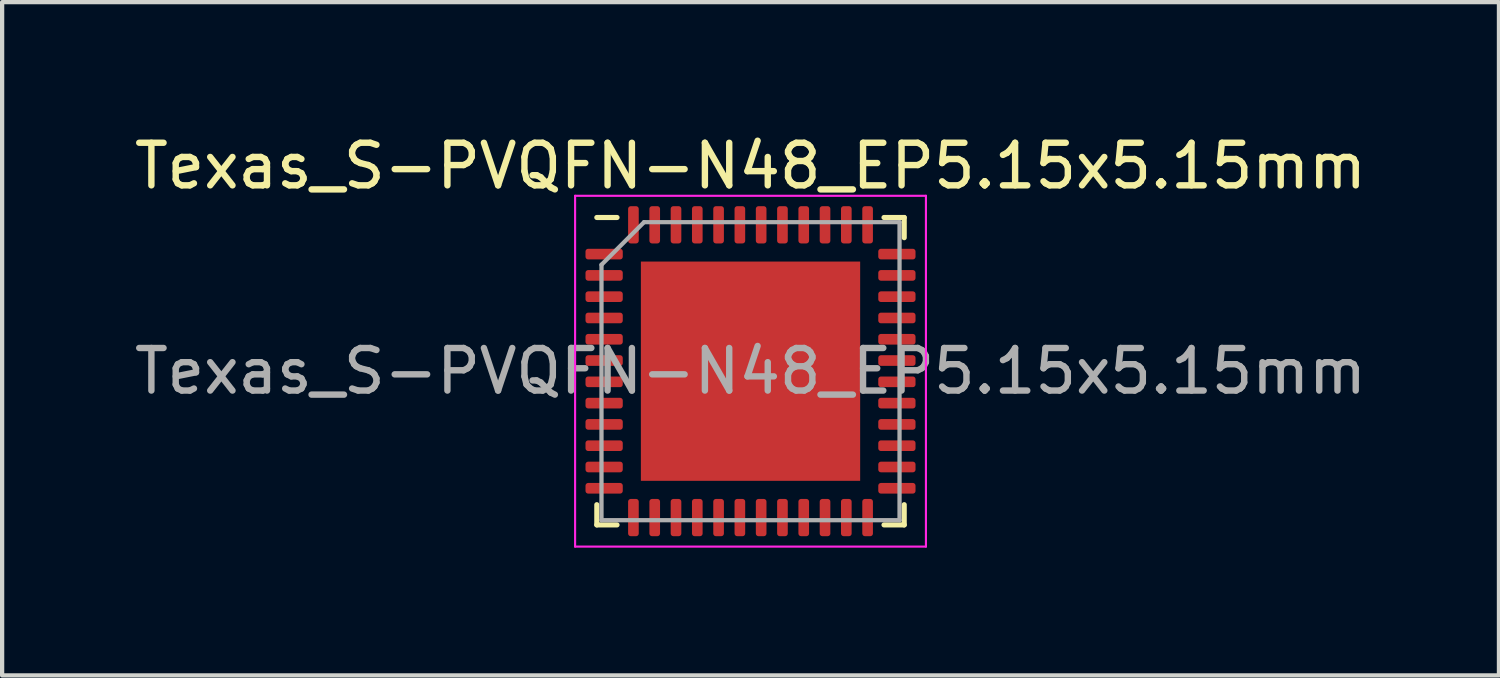
<source format=kicad_pcb>
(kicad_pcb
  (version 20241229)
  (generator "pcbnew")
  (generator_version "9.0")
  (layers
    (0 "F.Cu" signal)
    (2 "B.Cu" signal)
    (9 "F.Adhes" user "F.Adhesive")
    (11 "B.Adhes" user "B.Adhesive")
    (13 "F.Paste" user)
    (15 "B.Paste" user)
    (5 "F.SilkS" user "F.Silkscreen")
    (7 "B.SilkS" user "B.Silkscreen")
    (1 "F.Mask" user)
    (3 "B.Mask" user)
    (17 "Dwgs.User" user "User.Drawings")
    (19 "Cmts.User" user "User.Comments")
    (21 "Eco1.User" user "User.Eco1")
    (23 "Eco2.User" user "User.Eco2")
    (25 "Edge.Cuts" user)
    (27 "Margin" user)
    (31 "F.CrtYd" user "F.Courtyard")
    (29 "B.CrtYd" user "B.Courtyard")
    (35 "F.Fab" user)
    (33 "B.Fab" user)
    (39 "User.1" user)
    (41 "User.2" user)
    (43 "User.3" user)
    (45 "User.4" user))
  (footprint "Texas_S-PVQFN-N48_EP5.15x5.15mm"
    (layer "F.Cu")
    (at 14.577 5.668)
    (property "Reference" "Texas_S-PVQFN-N48_EP5.15x5.15mm" (at 0 -4.82 0) (layer "F.SilkS") (effects (font (size 1 1) (thickness 0.15))))
    (attr smd)
    (fp_line (start -3.61 3.61) (end -3.61 3.135) (stroke (width 0.12) (type solid)) (layer "F.SilkS"))
    (fp_line (start -3.135 -3.61) (end -3.61 -3.61) (stroke (width 0.12) (type solid)) (layer "F.SilkS"))
    (fp_line (start -3.135 3.61) (end -3.61 3.61) (stroke (width 0.12) (type solid)) (layer "F.SilkS"))
    (fp_line (start 3.135 -3.61) (end 3.61 -3.61) (stroke (width 0.12) (type solid)) (layer "F.SilkS"))
    (fp_line (start 3.135 3.61) (end 3.61 3.61) (stroke (width 0.12) (type solid)) (layer "F.SilkS"))
    (fp_line (start 3.61 -3.61) (end 3.61 -3.135) (stroke (width 0.12) (type solid)) (layer "F.SilkS"))
    (fp_line (start 3.61 3.61) (end 3.61 3.135) (stroke (width 0.12) (type solid)) (layer "F.SilkS"))
    (fp_line (start -4.12 -4.12) (end -4.12 4.12) (stroke (width 0.05) (type solid)) (layer "F.CrtYd"))
    (fp_line (start -4.12 4.12) (end 4.12 4.12) (stroke (width 0.05) (type solid)) (layer "F.CrtYd"))
    (fp_line (start 4.12 -4.12) (end -4.12 -4.12) (stroke (width 0.05) (type solid)) (layer "F.CrtYd"))
    (fp_line (start 4.12 4.12) (end 4.12 -4.12) (stroke (width 0.05) (type solid)) (layer "F.CrtYd"))
    (fp_line (start -3.5 -2.5) (end -2.5 -3.5) (stroke (width 0.1) (type solid)) (layer "F.Fab"))
    (fp_line (start -3.5 3.5) (end -3.5 -2.5) (stroke (width 0.1) (type solid)) (layer "F.Fab"))
    (fp_line (start -2.5 -3.5) (end 3.5 -3.5) (stroke (width 0.1) (type solid)) (layer "F.Fab"))
    (fp_line (start 3.5 -3.5) (end 3.5 3.5) (stroke (width 0.1) (type solid)) (layer "F.Fab"))
    (fp_line (start 3.5 3.5) (end -3.5 3.5) (stroke (width 0.1) (type solid)) (layer "F.Fab"))
    (fp_text user "${REFERENCE}" (at 0 0 0) (layer "F.Fab") (effects (font (size 1 1) (thickness 0.15))))
    (pad "" smd roundrect (at -1.935 -1.935) (size 1.04 1.04) (layers "F.Paste") (roundrect_rratio 0.24))
    (pad "" smd roundrect (at -1.935 -0.645) (size 1.04 1.04) (layers "F.Paste") (roundrect_rratio 0.24))
    (pad "" smd roundrect (at -1.935 0.645) (size 1.04 1.04) (layers "F.Paste") (roundrect_rratio 0.24))
    (pad "" smd roundrect (at -1.935 1.935) (size 1.04 1.04) (layers "F.Paste") (roundrect_rratio 0.24))
    (pad "" smd roundrect (at -0.645 -1.935) (size 1.04 1.04) (layers "F.Paste") (roundrect_rratio 0.24))
    (pad "" smd roundrect (at -0.645 -0.645) (size 1.04 1.04) (layers "F.Paste") (roundrect_rratio 0.24))
    (pad "" smd roundrect (at -0.645 0.645) (size 1.04 1.04) (layers "F.Paste") (roundrect_rratio 0.24))
    (pad "" smd roundrect (at -0.645 1.935) (size 1.04 1.04) (layers "F.Paste") (roundrect_rratio 0.24))
    (pad "" smd roundrect (at 0.645 -1.935) (size 1.04 1.04) (layers "F.Paste") (roundrect_rratio 0.24))
    (pad "" smd roundrect (at 0.645 -0.645) (size 1.04 1.04) (layers "F.Paste") (roundrect_rratio 0.24))
    (pad "" smd roundrect (at 0.645 0.645) (size 1.04 1.04) (layers "F.Paste") (roundrect_rratio 0.24))
    (pad "" smd roundrect (at 0.645 1.935) (size 1.04 1.04) (layers "F.Paste") (roundrect_rratio 0.24))
    (pad "" smd roundrect (at 1.935 -1.935) (size 1.04 1.04) (layers "F.Paste") (roundrect_rratio 0.24))
    (pad "" smd roundrect (at 1.935 -0.645) (size 1.04 1.04) (layers "F.Paste") (roundrect_rratio 0.24))
    (pad "" smd roundrect (at 1.935 0.645) (size 1.04 1.04) (layers "F.Paste") (roundrect_rratio 0.24))
    (pad "" smd roundrect (at 1.935 1.935) (size 1.04 1.04) (layers "F.Paste") (roundrect_rratio 0.24))
    (pad "1" smd roundrect (at -3.438 -2.75) (size 0.875 0.25) (layers "F.Cu" "F.Mask" "F.Paste") (roundrect_rratio 0.25))
    (pad "2" smd roundrect (at -3.438 -2.25) (size 0.875 0.25) (layers "F.Cu" "F.Mask" "F.Paste") (roundrect_rratio 0.25))
    (pad "3" smd roundrect (at -3.438 -1.75) (size 0.875 0.25) (layers "F.Cu" "F.Mask" "F.Paste") (roundrect_rratio 0.25))
    (pad "4" smd roundrect (at -3.438 -1.25) (size 0.875 0.25) (layers "F.Cu" "F.Mask" "F.Paste") (roundrect_rratio 0.25))
    (pad "5" smd roundrect (at -3.438 -0.75) (size 0.875 0.25) (layers "F.Cu" "F.Mask" "F.Paste") (roundrect_rratio 0.25))
    (pad "6" smd roundrect (at -3.438 -0.25) (size 0.875 0.25) (layers "F.Cu" "F.Mask" "F.Paste") (roundrect_rratio 0.25))
    (pad "7" smd roundrect (at -3.438 0.25) (size 0.875 0.25) (layers "F.Cu" "F.Mask" "F.Paste") (roundrect_rratio 0.25))
    (pad "8" smd roundrect (at -3.438 0.75) (size 0.875 0.25) (layers "F.Cu" "F.Mask" "F.Paste") (roundrect_rratio 0.25))
    (pad "9" smd roundrect (at -3.438 1.25) (size 0.875 0.25) (layers "F.Cu" "F.Mask" "F.Paste") (roundrect_rratio 0.25))
    (pad "10" smd roundrect (at -3.438 1.75) (size 0.875 0.25) (layers "F.Cu" "F.Mask" "F.Paste") (roundrect_rratio 0.25))
    (pad "11" smd roundrect (at -3.438 2.25) (size 0.875 0.25) (layers "F.Cu" "F.Mask" "F.Paste") (roundrect_rratio 0.25))
    (pad "12" smd roundrect (at -3.438 2.75) (size 0.875 0.25) (layers "F.Cu" "F.Mask" "F.Paste") (roundrect_rratio 0.25))
    (pad "13" smd roundrect (at -2.75 3.438) (size 0.25 0.875) (layers "F.Cu" "F.Mask" "F.Paste") (roundrect_rratio 0.25))
    (pad "14" smd roundrect (at -2.25 3.438) (size 0.25 0.875) (layers "F.Cu" "F.Mask" "F.Paste") (roundrect_rratio 0.25))
    (pad "15" smd roundrect (at -1.75 3.438) (size 0.25 0.875) (layers "F.Cu" "F.Mask" "F.Paste") (roundrect_rratio 0.25))
    (pad "16" smd roundrect (at -1.25 3.438) (size 0.25 0.875) (layers "F.Cu" "F.Mask" "F.Paste") (roundrect_rratio 0.25))
    (pad "17" smd roundrect (at -0.75 3.438) (size 0.25 0.875) (layers "F.Cu" "F.Mask" "F.Paste") (roundrect_rratio 0.25))
    (pad "18" smd roundrect (at -0.25 3.438) (size 0.25 0.875) (layers "F.Cu" "F.Mask" "F.Paste") (roundrect_rratio 0.25))
    (pad "19" smd roundrect (at 0.25 3.438) (size 0.25 0.875) (layers "F.Cu" "F.Mask" "F.Paste") (roundrect_rratio 0.25))
    (pad "20" smd roundrect (at 0.75 3.438) (size 0.25 0.875) (layers "F.Cu" "F.Mask" "F.Paste") (roundrect_rratio 0.25))
    (pad "21" smd roundrect (at 1.25 3.438) (size 0.25 0.875) (layers "F.Cu" "F.Mask" "F.Paste") (roundrect_rratio 0.25))
    (pad "22" smd roundrect (at 1.75 3.438) (size 0.25 0.875) (layers "F.Cu" "F.Mask" "F.Paste") (roundrect_rratio 0.25))
    (pad "23" smd roundrect (at 2.25 3.438) (size 0.25 0.875) (layers "F.Cu" "F.Mask" "F.Paste") (roundrect_rratio 0.25))
    (pad "24" smd roundrect (at 2.75 3.438) (size 0.25 0.875) (layers "F.Cu" "F.Mask" "F.Paste") (roundrect_rratio 0.25))
    (pad "25" smd roundrect (at 3.438 2.75) (size 0.875 0.25) (layers "F.Cu" "F.Mask" "F.Paste") (roundrect_rratio 0.25))
    (pad "26" smd roundrect (at 3.438 2.25) (size 0.875 0.25) (layers "F.Cu" "F.Mask" "F.Paste") (roundrect_rratio 0.25))
    (pad "27" smd roundrect (at 3.438 1.75) (size 0.875 0.25) (layers "F.Cu" "F.Mask" "F.Paste") (roundrect_rratio 0.25))
    (pad "28" smd roundrect (at 3.438 1.25) (size 0.875 0.25) (layers "F.Cu" "F.Mask" "F.Paste") (roundrect_rratio 0.25))
    (pad "29" smd roundrect (at 3.438 0.75) (size 0.875 0.25) (layers "F.Cu" "F.Mask" "F.Paste") (roundrect_rratio 0.25))
    (pad "30" smd roundrect (at 3.438 0.25) (size 0.875 0.25) (layers "F.Cu" "F.Mask" "F.Paste") (roundrect_rratio 0.25))
    (pad "31" smd roundrect (at 3.438 -0.25) (size 0.875 0.25) (layers "F.Cu" "F.Mask" "F.Paste") (roundrect_rratio 0.25))
    (pad "32" smd roundrect (at 3.438 -0.75) (size 0.875 0.25) (layers "F.Cu" "F.Mask" "F.Paste") (roundrect_rratio 0.25))
    (pad "33" smd roundrect (at 3.438 -1.25) (size 0.875 0.25) (layers "F.Cu" "F.Mask" "F.Paste") (roundrect_rratio 0.25))
    (pad "34" smd roundrect (at 3.438 -1.75) (size 0.875 0.25) (layers "F.Cu" "F.Mask" "F.Paste") (roundrect_rratio 0.25))
    (pad "35" smd roundrect (at 3.438 -2.25) (size 0.875 0.25) (layers "F.Cu" "F.Mask" "F.Paste") (roundrect_rratio 0.25))
    (pad "36" smd roundrect (at 3.438 -2.75) (size 0.875 0.25) (layers "F.Cu" "F.Mask" "F.Paste") (roundrect_rratio 0.25))
    (pad "37" smd roundrect (at 2.75 -3.438) (size 0.25 0.875) (layers "F.Cu" "F.Mask" "F.Paste") (roundrect_rratio 0.25))
    (pad "38" smd roundrect (at 2.25 -3.438) (size 0.25 0.875) (layers "F.Cu" "F.Mask" "F.Paste") (roundrect_rratio 0.25))
    (pad "39" smd roundrect (at 1.75 -3.438) (size 0.25 0.875) (layers "F.Cu" "F.Mask" "F.Paste") (roundrect_rratio 0.25))
    (pad "40" smd roundrect (at 1.25 -3.438) (size 0.25 0.875) (layers "F.Cu" "F.Mask" "F.Paste") (roundrect_rratio 0.25))
    (pad "41" smd roundrect (at 0.75 -3.438) (size 0.25 0.875) (layers "F.Cu" "F.Mask" "F.Paste") (roundrect_rratio 0.25))
    (pad "42" smd roundrect (at 0.25 -3.438) (size 0.25 0.875) (layers "F.Cu" "F.Mask" "F.Paste") (roundrect_rratio 0.25))
    (pad "43" smd roundrect (at -0.25 -3.438) (size 0.25 0.875) (layers "F.Cu" "F.Mask" "F.Paste") (roundrect_rratio 0.25))
    (pad "44" smd roundrect (at -0.75 -3.438) (size 0.25 0.875) (layers "F.Cu" "F.Mask" "F.Paste") (roundrect_rratio 0.25))
    (pad "45" smd roundrect (at -1.25 -3.438) (size 0.25 0.875) (layers "F.Cu" "F.Mask" "F.Paste") (roundrect_rratio 0.25))
    (pad "46" smd roundrect (at -1.75 -3.438) (size 0.25 0.875) (layers "F.Cu" "F.Mask" "F.Paste") (roundrect_rratio 0.25))
    (pad "47" smd roundrect (at -2.25 -3.438) (size 0.25 0.875) (layers "F.Cu" "F.Mask" "F.Paste") (roundrect_rratio 0.25))
    (pad "48" smd roundrect (at -2.75 -3.438) (size 0.25 0.875) (layers "F.Cu" "F.Mask" "F.Paste") (roundrect_rratio 0.25))
    (pad "49" smd rect (at 0 0) (size 5.15 5.15) (layers "F.Cu" "F.Mask")))
  (gr_rect
    (start -3 -3)
    (end 32.155 12.813)
    (stroke (width 0.1) (type default))
    (fill no)
    (layer "Edge.Cuts")))
</source>
